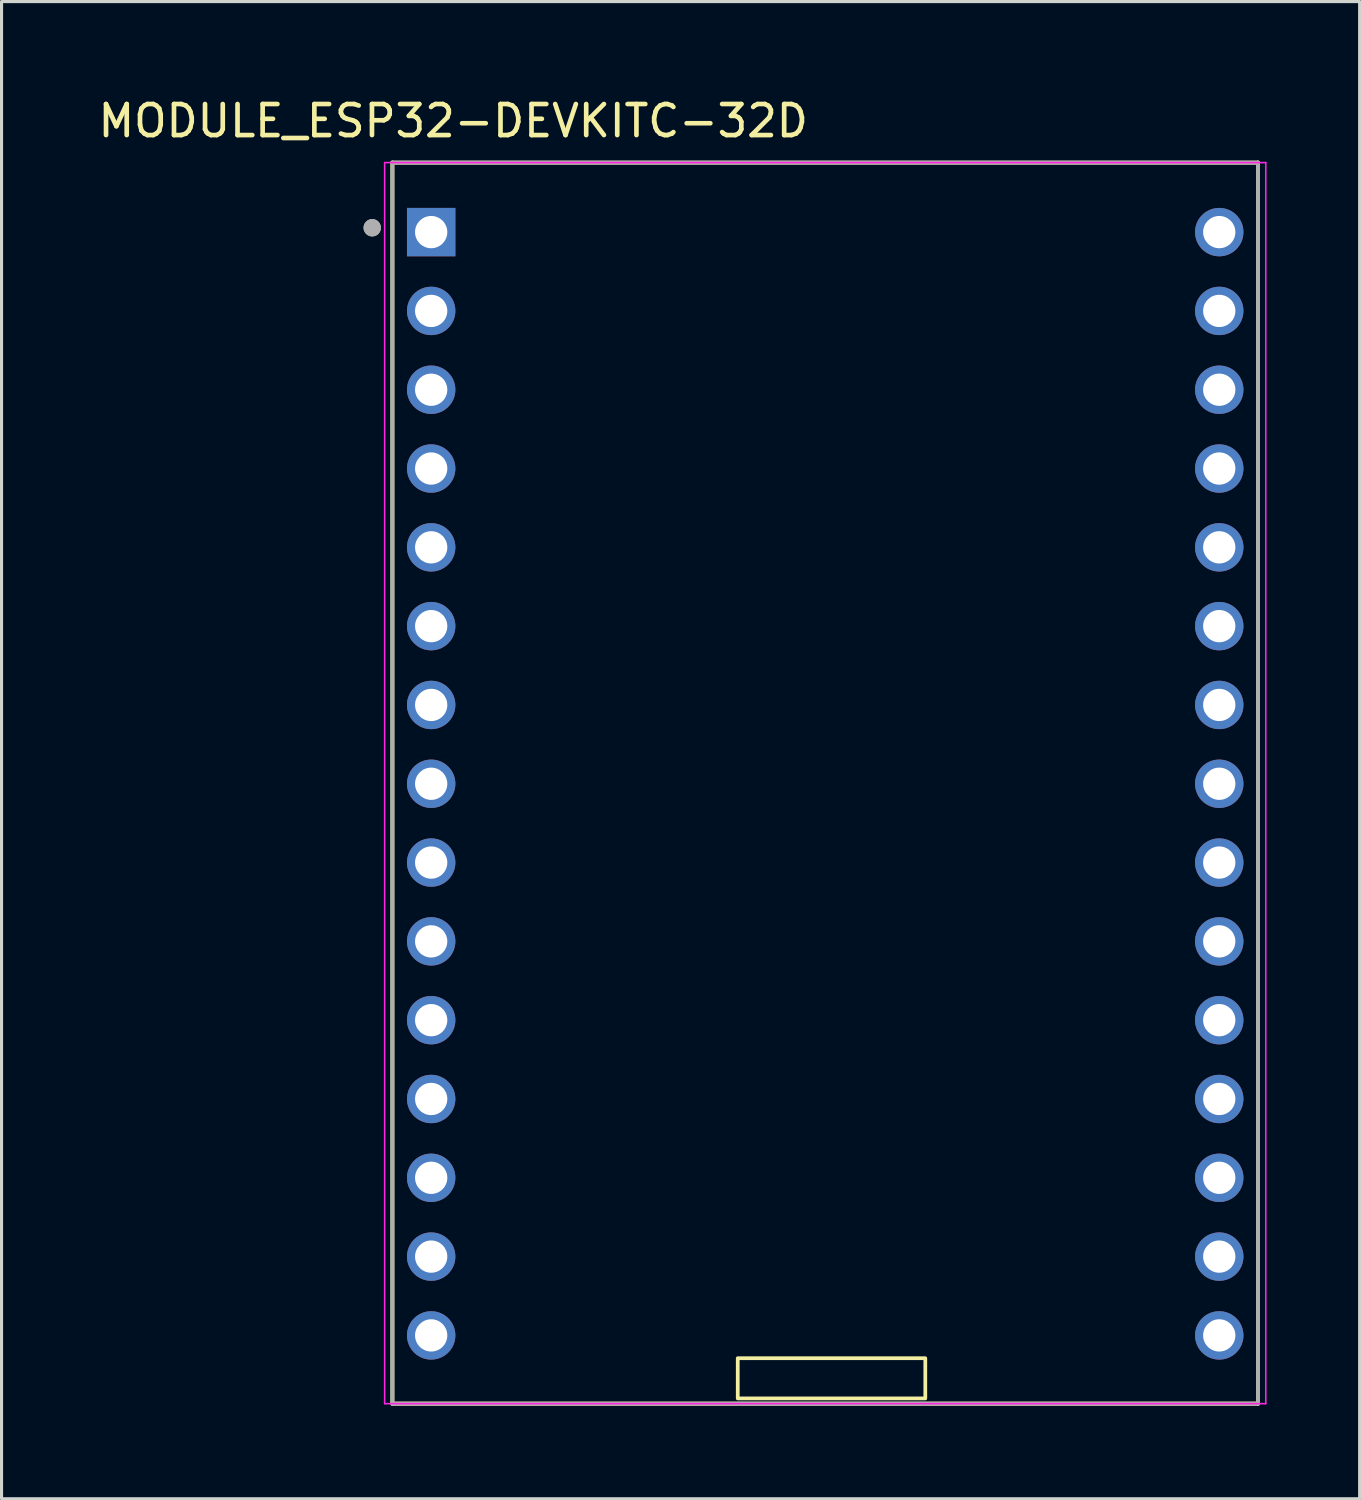
<source format=kicad_pcb>
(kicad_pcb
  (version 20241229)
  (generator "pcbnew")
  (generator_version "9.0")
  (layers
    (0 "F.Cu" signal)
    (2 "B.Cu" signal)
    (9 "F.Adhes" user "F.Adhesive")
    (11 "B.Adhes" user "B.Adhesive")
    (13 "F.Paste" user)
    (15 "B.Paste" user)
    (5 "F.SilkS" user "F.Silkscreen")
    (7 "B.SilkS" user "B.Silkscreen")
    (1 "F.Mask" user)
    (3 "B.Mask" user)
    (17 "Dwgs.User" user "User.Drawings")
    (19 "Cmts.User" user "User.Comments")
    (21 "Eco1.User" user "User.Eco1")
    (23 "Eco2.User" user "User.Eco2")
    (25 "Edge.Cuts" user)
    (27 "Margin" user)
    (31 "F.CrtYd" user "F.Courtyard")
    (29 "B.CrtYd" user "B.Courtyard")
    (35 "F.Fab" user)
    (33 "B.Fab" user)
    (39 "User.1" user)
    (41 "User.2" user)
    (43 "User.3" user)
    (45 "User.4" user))
  (footprint "MODULE_ESP32-DEVKITC-32D"
    (layer "F.Cu")
    (at 23.547 24.191)
    (property "Reference" "MODULE_ESP32-DEVKITC-32D" (at -11.989 -23.343 0) (layer "F.SilkS") (effects (font (size 1 1) (thickness 0.15))))
    (attr through_hole)
    (fp_line (start -13.95 -22) (end 13.95 -22) (stroke (width 0.127) (type solid)) (layer "F.SilkS"))
    (fp_line (start -13.95 18) (end -13.95 -22) (stroke (width 0.127) (type solid)) (layer "F.SilkS"))
    (fp_line (start 13.95 -22) (end 13.95 18) (stroke (width 0.127) (type solid)) (layer "F.SilkS"))
    (fp_line (start 13.95 18) (end -13.95 18) (stroke (width 0.127) (type solid)) (layer "F.SilkS"))
    (fp_rect (start -2.819 17.831) (end 3.226 16.535) (stroke (width 0.12) (type solid)) (fill no) (layer "F.SilkS"))
    (fp_line (start -14.2 -22) (end 14.2 -22) (stroke (width 0.05) (type solid)) (layer "F.CrtYd"))
    (fp_line (start -14.2 18) (end -14.2 -22) (stroke (width 0.05) (type solid)) (layer "F.CrtYd"))
    (fp_line (start 14.2 -22) (end 14.2 18) (stroke (width 0.05) (type solid)) (layer "F.CrtYd"))
    (fp_line (start 14.2 18) (end -14.2 18) (stroke (width 0.05) (type solid)) (layer "F.CrtYd"))
    (fp_line (start -13.95 -22) (end 13.95 -22) (stroke (width 0.127) (type solid)) (layer "F.Fab"))
    (fp_line (start -13.95 18) (end -13.95 -22) (stroke (width 0.127) (type solid)) (layer "F.Fab"))
    (fp_line (start 13.95 -22) (end 13.95 18) (stroke (width 0.127) (type solid)) (layer "F.Fab"))
    (fp_line (start 13.95 18) (end -13.95 18) (stroke (width 0.127) (type solid)) (layer "F.Fab"))
    (fp_circle (center -14.6 -19.9) (end -14.46 -19.9) (stroke (width 0.28) (type solid)) (fill no) (layer "F.Fab"))
    (fp_circle (center -14.6 -19.9) (end -14.46 -19.9) (stroke (width 0.28) (type solid)) (fill no) (layer "F.Fab"))
    (pad "1" thru_hole rect (at -12.7 -19.76) (size 1.56 1.56) (drill 1.04) (layers "*.Cu" "*.Mask"))
    (pad "2" thru_hole circle (at -12.7 -17.22) (size 1.56 1.56) (drill 1.04) (layers "*.Cu" "*.Mask"))
    (pad "3" thru_hole circle (at -12.7 -14.68) (size 1.56 1.56) (drill 1.04) (layers "*.Cu" "*.Mask"))
    (pad "4" thru_hole circle (at -12.7 -12.14) (size 1.56 1.56) (drill 1.04) (layers "*.Cu" "*.Mask"))
    (pad "5" thru_hole circle (at -12.7 -9.6) (size 1.56 1.56) (drill 1.04) (layers "*.Cu" "*.Mask"))
    (pad "6" thru_hole circle (at -12.7 -7.06) (size 1.56 1.56) (drill 1.04) (layers "*.Cu" "*.Mask"))
    (pad "7" thru_hole circle (at -12.7 -4.52) (size 1.56 1.56) (drill 1.04) (layers "*.Cu" "*.Mask"))
    (pad "8" thru_hole circle (at -12.7 -1.98) (size 1.56 1.56) (drill 1.04) (layers "*.Cu" "*.Mask"))
    (pad "9" thru_hole circle (at -12.7 0.56) (size 1.56 1.56) (drill 1.04) (layers "*.Cu" "*.Mask"))
    (pad "10" thru_hole circle (at -12.7 3.1) (size 1.56 1.56) (drill 1.04) (layers "*.Cu" "*.Mask"))
    (pad "11" thru_hole circle (at -12.7 5.64) (size 1.56 1.56) (drill 1.04) (layers "*.Cu" "*.Mask"))
    (pad "12" thru_hole circle (at -12.7 8.18) (size 1.56 1.56) (drill 1.04) (layers "*.Cu" "*.Mask"))
    (pad "13" thru_hole circle (at -12.7 10.72) (size 1.56 1.56) (drill 1.04) (layers "*.Cu" "*.Mask"))
    (pad "14" thru_hole circle (at -12.7 13.26) (size 1.56 1.56) (drill 1.04) (layers "*.Cu" "*.Mask"))
    (pad "15" thru_hole circle (at -12.7 15.8) (size 1.56 1.56) (drill 1.04) (layers "*.Cu" "*.Mask"))
    (pad "16" thru_hole circle (at 12.7 -19.76) (size 1.56 1.56) (drill 1.04) (layers "*.Cu" "*.Mask"))
    (pad "17" thru_hole circle (at 12.7 -17.22) (size 1.56 1.56) (drill 1.04) (layers "*.Cu" "*.Mask"))
    (pad "18" thru_hole circle (at 12.7 -14.68) (size 1.56 1.56) (drill 1.04) (layers "*.Cu" "*.Mask"))
    (pad "19" thru_hole circle (at 12.7 -12.14) (size 1.56 1.56) (drill 1.04) (layers "*.Cu" "*.Mask"))
    (pad "20" thru_hole circle (at 12.7 -9.6) (size 1.56 1.56) (drill 1.04) (layers "*.Cu" "*.Mask"))
    (pad "21" thru_hole circle (at 12.7 -7.06) (size 1.56 1.56) (drill 1.04) (layers "*.Cu" "*.Mask"))
    (pad "22" thru_hole circle (at 12.7 -4.52) (size 1.56 1.56) (drill 1.04) (layers "*.Cu" "*.Mask"))
    (pad "23" thru_hole circle (at 12.7 -1.98) (size 1.56 1.56) (drill 1.04) (layers "*.Cu" "*.Mask"))
    (pad "24" thru_hole circle (at 12.7 0.56) (size 1.56 1.56) (drill 1.04) (layers "*.Cu" "*.Mask"))
    (pad "25" thru_hole circle (at 12.7 3.1) (size 1.56 1.56) (drill 1.04) (layers "*.Cu" "*.Mask"))
    (pad "26" thru_hole circle (at 12.7 5.64) (size 1.56 1.56) (drill 1.04) (layers "*.Cu" "*.Mask"))
    (pad "27" thru_hole circle (at 12.7 8.18) (size 1.56 1.56) (drill 1.04) (layers "*.Cu" "*.Mask"))
    (pad "28" thru_hole circle (at 12.7 10.72) (size 1.56 1.56) (drill 1.04) (layers "*.Cu" "*.Mask"))
    (pad "29" thru_hole circle (at 12.7 13.26) (size 1.56 1.56) (drill 1.04) (layers "*.Cu" "*.Mask"))
    (pad "30" thru_hole circle (at 12.7 15.8) (size 1.56 1.56) (drill 1.04) (layers "*.Cu" "*.Mask")))
  (gr_rect
    (start -3 -3)
    (end 40.772 45.255)
    (stroke (width 0.1) (type default))
    (fill no)
    (layer "Edge.Cuts")))
</source>
